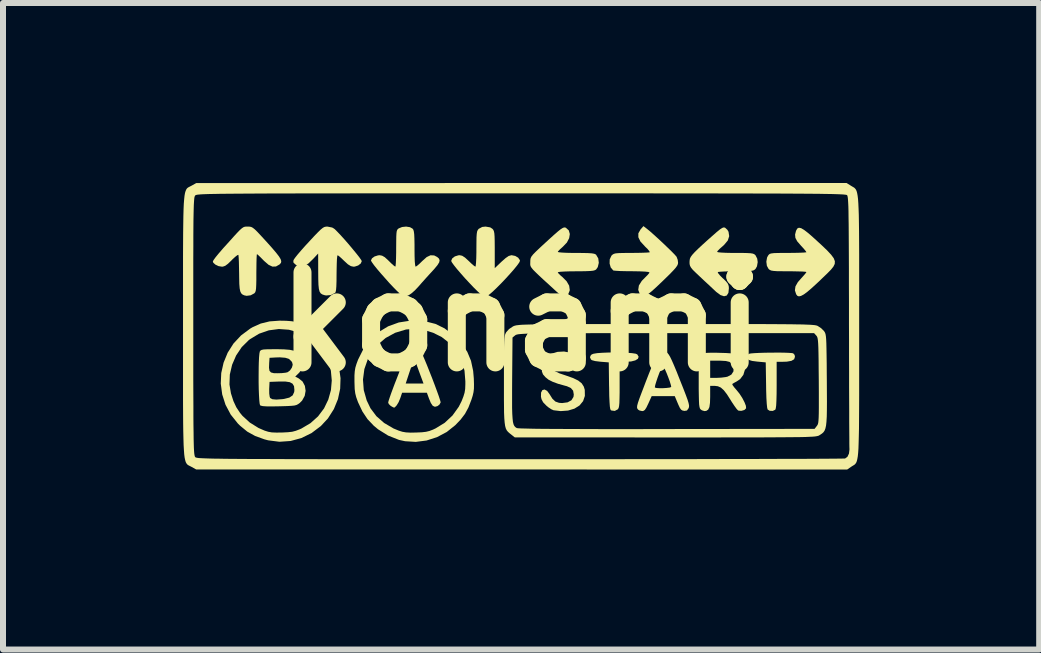
<source format=kicad_pcb>
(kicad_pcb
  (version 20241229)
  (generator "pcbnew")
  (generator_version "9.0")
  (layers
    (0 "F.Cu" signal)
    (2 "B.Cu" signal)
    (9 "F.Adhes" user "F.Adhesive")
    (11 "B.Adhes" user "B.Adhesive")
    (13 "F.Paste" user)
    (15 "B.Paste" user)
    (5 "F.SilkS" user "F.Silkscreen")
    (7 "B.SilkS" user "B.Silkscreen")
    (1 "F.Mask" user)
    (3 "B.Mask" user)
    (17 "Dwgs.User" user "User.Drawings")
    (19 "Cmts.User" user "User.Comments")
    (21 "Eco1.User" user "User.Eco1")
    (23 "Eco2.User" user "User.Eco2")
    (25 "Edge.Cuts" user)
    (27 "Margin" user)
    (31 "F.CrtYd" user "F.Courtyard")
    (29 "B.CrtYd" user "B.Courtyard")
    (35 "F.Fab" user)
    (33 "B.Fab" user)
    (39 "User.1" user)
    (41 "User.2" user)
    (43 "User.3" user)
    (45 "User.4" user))
  (footprint "konami"
    (layer "F.Cu")
    (at 5.634 2.311)
    (property "Reference" "konami" (at 0 0 0) (layer "F.SilkS") (effects (font (size 1.5 1.5) (thickness 0.3))))
    (attr board_only exclude_from_pos_files exclude_from_bom)
    (fp_poly (pts (xy 4.376 0.516) (xy 4.456 0.519) (xy 4.512 0.523) (xy 4.534 0.527) (xy 4.558 0.553) (xy 4.564 0.585) (xy 4.55 0.626) (xy 4.506 0.652) (xy 4.429 0.666) (xy 4.363 0.668) (xy 4.259 0.668) (xy 4.259 1.056) (xy 4.258 1.204) (xy 4.255 1.316) (xy 4.251 1.395) (xy 4.244 1.445) (xy 4.236 1.467) (xy 4.194 1.487) (xy 4.143 1.485) (xy 4.109 1.464) (xy 4.101 1.435) (xy 4.094 1.37) (xy 4.088 1.272) (xy 4.084 1.143) (xy 4.083 1.058) (xy 4.077 0.678) (xy 3.936 0.665) (xy 3.851 0.654) (xy 3.797 0.638) (xy 3.77 0.612) (xy 3.763 0.578) (xy 3.777 0.552) (xy 3.799 0.535) (xy 3.829 0.529) (xy 3.889 0.524) (xy 3.972 0.52) (xy 4.07 0.517) (xy 4.176 0.516) (xy 4.28 0.515)) (stroke (width 0) (type solid)) (fill yes) (layer "F.SilkS"))
    (fp_poly (pts (xy 1.665 0.514) (xy 1.764 0.518) (xy 1.847 0.524) (xy 1.908 0.533) (xy 1.936 0.545) (xy 1.959 0.584) (xy 1.947 0.618) (xy 1.903 0.645) (xy 1.833 0.663) (xy 1.746 0.668) (xy 1.642 0.668) (xy 1.642 1.049) (xy 1.642 1.182) (xy 1.64 1.283) (xy 1.638 1.355) (xy 1.633 1.405) (xy 1.626 1.436) (xy 1.616 1.455) (xy 1.612 1.46) (xy 1.562 1.487) (xy 1.506 1.48) (xy 1.495 1.474) (xy 1.486 1.456) (xy 1.479 1.413) (xy 1.474 1.341) (xy 1.469 1.238) (xy 1.467 1.1) (xy 1.466 1.069) (xy 1.461 0.678) (xy 1.321 0.667) (xy 1.233 0.656) (xy 1.179 0.641) (xy 1.164 0.629) (xy 1.148 0.593) (xy 1.159 0.564) (xy 1.176 0.546) (xy 1.207 0.534) (xy 1.268 0.524) (xy 1.353 0.518) (xy 1.452 0.514) (xy 1.559 0.512)) (stroke (width 0) (type solid)) (fill yes) (layer "F.SilkS"))
    (fp_poly (pts (xy -1.725 0.445) (xy -1.688 0.46) (xy -1.684 0.464) (xy -1.668 0.492) (xy -1.642 0.55) (xy -1.608 0.63) (xy -1.568 0.726) (xy -1.526 0.832) (xy -1.482 0.943) (xy -1.441 1.051) (xy -1.404 1.151) (xy -1.373 1.237) (xy -1.352 1.301) (xy -1.341 1.34) (xy -1.341 1.346) (xy -1.361 1.382) (xy -1.394 1.407) (xy -1.436 1.418) (xy -1.472 1.402) (xy -1.504 1.355) (xy -1.535 1.28) (xy -1.57 1.184) (xy -1.776 1.184) (xy -1.983 1.184) (xy -2.013 1.273) (xy -2.041 1.341) (xy -2.074 1.395) (xy -2.105 1.428) (xy -2.119 1.432) (xy -2.141 1.422) (xy -2.173 1.403) (xy -2.205 1.372) (xy -2.215 1.347) (xy -2.208 1.319) (xy -2.189 1.261) (xy -2.161 1.181) (xy -2.125 1.084) (xy -2.105 1.031) (xy -1.923 1.031) (xy -1.775 1.031) (xy -1.626 1.031) (xy -1.684 0.874) (xy -1.712 0.798) (xy -1.735 0.734) (xy -1.75 0.69) (xy -1.752 0.682) (xy -1.766 0.656) (xy -1.784 0.661) (xy -1.807 0.699) (xy -1.837 0.772) (xy -1.862 0.846) (xy -1.923 1.031) (xy -2.105 1.031) (xy -2.084 0.978) (xy -2.041 0.867) (xy -1.999 0.76) (xy -1.959 0.661) (xy -1.924 0.578) (xy -1.896 0.516) (xy -1.879 0.482) (xy -1.847 0.451) (xy -1.796 0.44) (xy -1.778 0.439)) (stroke (width 0) (type solid)) (fill yes) (layer "F.SilkS"))
    (fp_poly (pts (xy -3.147 -1.569) (xy -3.105 -1.542) (xy -3.062 -1.499) (xy -3.005 -1.439) (xy -2.94 -1.367) (xy -2.872 -1.289) (xy -2.806 -1.21) (xy -2.746 -1.137) (xy -2.698 -1.076) (xy -2.666 -1.031) (xy -2.655 -1.009) (xy -2.672 -0.97) (xy -2.715 -0.937) (xy -2.772 -0.918) (xy -2.795 -0.917) (xy -2.837 -0.926) (xy -2.886 -0.956) (xy -2.947 -1.012) (xy -2.996 -1.059) (xy -3.036 -1.094) (xy -3.058 -1.108) (xy -3.058 -1.108) (xy -3.064 -1.09) (xy -3.069 -1.04) (xy -3.072 -0.965) (xy -3.074 -0.871) (xy -3.075 -0.804) (xy -3.076 -0.679) (xy -3.079 -0.588) (xy -3.084 -0.527) (xy -3.092 -0.492) (xy -3.099 -0.481) (xy -3.17 -0.444) (xy -3.249 -0.437) (xy -3.275 -0.442) (xy -3.312 -0.454) (xy -3.339 -0.472) (xy -3.358 -0.501) (xy -3.37 -0.547) (xy -3.377 -0.614) (xy -3.38 -0.709) (xy -3.381 -0.83) (xy -3.382 -1.136) (xy -3.463 -1.049) (xy -3.543 -0.971) (xy -3.613 -0.928) (xy -3.676 -0.917) (xy -3.737 -0.937) (xy -3.761 -0.954) (xy -3.793 -0.984) (xy -3.796 -1.013) (xy -3.787 -1.036) (xy -3.767 -1.065) (xy -3.726 -1.117) (xy -3.668 -1.185) (xy -3.598 -1.264) (xy -3.533 -1.334) (xy -3.45 -1.424) (xy -3.387 -1.489) (xy -3.341 -1.534) (xy -3.307 -1.562) (xy -3.279 -1.578) (xy -3.253 -1.584) (xy -3.227 -1.585)) (stroke (width 0) (type solid)) (fill yes) (layer "F.SilkS"))
    (fp_poly (pts (xy -0.515 -1.572) (xy -0.477 -1.547) (xy -0.463 -1.53) (xy -0.453 -1.507) (xy -0.446 -1.473) (xy -0.442 -1.422) (xy -0.44 -1.347) (xy -0.439 -1.242) (xy -0.439 -1.2) (xy -0.439 -0.892) (xy -0.326 -1) (xy -0.258 -1.06) (xy -0.207 -1.095) (xy -0.165 -1.107) (xy -0.158 -1.108) (xy -0.098 -1.096) (xy -0.049 -1.067) (xy -0.021 -1.027) (xy -0.019 -1.013) (xy -0.032 -0.985) (xy -0.068 -0.935) (xy -0.121 -0.87) (xy -0.187 -0.795) (xy -0.26 -0.715) (xy -0.335 -0.636) (xy -0.408 -0.563) (xy -0.473 -0.501) (xy -0.525 -0.456) (xy -0.56 -0.433) (xy -0.563 -0.432) (xy -0.609 -0.432) (xy -0.652 -0.445) (xy -0.683 -0.467) (xy -0.732 -0.512) (xy -0.794 -0.574) (xy -0.863 -0.647) (xy -0.936 -0.725) (xy -1.006 -0.805) (xy -1.069 -0.878) (xy -1.12 -0.942) (xy -1.153 -0.988) (xy -1.165 -1.013) (xy -1.148 -1.054) (xy -1.104 -1.088) (xy -1.046 -1.106) (xy -1.024 -1.108) (xy -0.982 -1.099) (xy -0.934 -1.068) (xy -0.873 -1.012) (xy -0.824 -0.965) (xy -0.784 -0.931) (xy -0.762 -0.917) (xy -0.761 -0.917) (xy -0.756 -0.935) (xy -0.751 -0.984) (xy -0.747 -1.059) (xy -0.745 -1.153) (xy -0.745 -1.213) (xy -0.744 -1.326) (xy -0.743 -1.408) (xy -0.739 -1.465) (xy -0.733 -1.502) (xy -0.723 -1.526) (xy -0.709 -1.544) (xy -0.707 -1.547) (xy -0.648 -1.579) (xy -0.592 -1.585)) (stroke (width 0) (type solid)) (fill yes) (layer "F.SilkS"))
    (fp_poly (pts (xy 2.103 -1.543) (xy 2.152 -1.503) (xy 2.216 -1.446) (xy 2.289 -1.38) (xy 2.366 -1.308) (xy 2.44 -1.237) (xy 2.506 -1.173) (xy 2.557 -1.121) (xy 2.587 -1.087) (xy 2.592 -1.08) (xy 2.61 -1.031) (xy 2.616 -0.984) (xy 2.613 -0.96) (xy 2.601 -0.933) (xy 2.576 -0.898) (xy 2.535 -0.852) (xy 2.474 -0.789) (xy 2.389 -0.706) (xy 2.355 -0.673) (xy 2.253 -0.576) (xy 2.174 -0.505) (xy 2.114 -0.457) (xy 2.068 -0.43) (xy 2.034 -0.422) (xy 2.007 -0.431) (xy 1.983 -0.455) (xy 1.978 -0.463) (xy 1.952 -0.53) (xy 1.963 -0.603) (xy 2.011 -0.68) (xy 2.071 -0.741) (xy 2.111 -0.781) (xy 2.136 -0.812) (xy 2.139 -0.821) (xy 2.12 -0.829) (xy 2.065 -0.835) (xy 1.976 -0.839) (xy 1.855 -0.841) (xy 1.848 -0.841) (xy 1.745 -0.842) (xy 1.655 -0.844) (xy 1.586 -0.848) (xy 1.544 -0.852) (xy 1.535 -0.855) (xy 1.494 -0.903) (xy 1.475 -0.969) (xy 1.477 -1.039) (xy 1.505 -1.099) (xy 1.509 -1.104) (xy 1.527 -1.12) (xy 1.547 -1.131) (xy 1.578 -1.139) (xy 1.626 -1.143) (xy 1.696 -1.145) (xy 1.796 -1.146) (xy 1.84 -1.146) (xy 1.942 -1.147) (xy 2.03 -1.149) (xy 2.098 -1.152) (xy 2.137 -1.155) (xy 2.144 -1.158) (xy 2.137 -1.175) (xy 2.108 -1.211) (xy 2.062 -1.256) (xy 2.061 -1.258) (xy 1.989 -1.336) (xy 1.954 -1.407) (xy 1.954 -1.473) (xy 1.99 -1.536) (xy 1.991 -1.538) (xy 2.039 -1.593)) (stroke (width 0) (type solid)) (fill yes) (layer "F.SilkS"))
    (fp_poly (pts (xy 4.668 -1.558) (xy 4.721 -1.526) (xy 4.793 -1.47) (xy 4.887 -1.387) (xy 4.89 -1.384) (xy 5.009 -1.275) (xy 5.101 -1.187) (xy 5.167 -1.116) (xy 5.21 -1.058) (xy 5.229 -1.008) (xy 5.227 -0.963) (xy 5.204 -0.917) (xy 5.163 -0.866) (xy 5.104 -0.806) (xy 5.075 -0.778) (xy 4.952 -0.66) (xy 4.852 -0.568) (xy 4.773 -0.5) (xy 4.711 -0.454) (xy 4.664 -0.429) (xy 4.629 -0.422) (xy 4.603 -0.432) (xy 4.584 -0.457) (xy 4.584 -0.457) (xy 4.563 -0.522) (xy 4.572 -0.588) (xy 4.612 -0.659) (xy 4.66 -0.714) (xy 4.706 -0.765) (xy 4.74 -0.805) (xy 4.755 -0.827) (xy 4.755 -0.828) (xy 4.737 -0.832) (xy 4.688 -0.836) (xy 4.613 -0.838) (xy 4.519 -0.84) (xy 4.459 -0.84) (xy 4.346 -0.841) (xy 4.264 -0.842) (xy 4.208 -0.846) (xy 4.17 -0.852) (xy 4.146 -0.862) (xy 4.128 -0.876) (xy 4.125 -0.878) (xy 4.096 -0.931) (xy 4.087 -1) (xy 4.099 -1.069) (xy 4.117 -1.103) (xy 4.13 -1.119) (xy 4.146 -1.131) (xy 4.173 -1.138) (xy 4.216 -1.143) (xy 4.281 -1.145) (xy 4.374 -1.146) (xy 4.451 -1.146) (xy 4.554 -1.147) (xy 4.642 -1.149) (xy 4.709 -1.152) (xy 4.748 -1.156) (xy 4.755 -1.158) (xy 4.743 -1.177) (xy 4.711 -1.216) (xy 4.665 -1.266) (xy 4.66 -1.272) (xy 4.601 -1.34) (xy 4.571 -1.397) (xy 4.566 -1.452) (xy 4.582 -1.516) (xy 4.583 -1.517) (xy 4.602 -1.552) (xy 4.63 -1.566)) (stroke (width 0) (type solid)) (fill yes) (layer "F.SilkS"))
    (fp_poly (pts (xy 0.821 0.517) (xy 0.911 0.56) (xy 0.981 0.625) (xy 1.014 0.684) (xy 1.019 0.741) (xy 0.995 0.789) (xy 0.964 0.809) (xy 0.948 0.812) (xy 0.93 0.806) (xy 0.904 0.785) (xy 0.866 0.744) (xy 0.809 0.68) (xy 0.803 0.673) (xy 0.749 0.638) (xy 0.68 0.627) (xy 0.609 0.639) (xy 0.547 0.67) (xy 0.515 0.708) (xy 0.503 0.751) (xy 0.518 0.789) (xy 0.563 0.825) (xy 0.64 0.861) (xy 0.747 0.897) (xy 0.866 0.939) (xy 0.952 0.981) (xy 1.01 1.027) (xy 1.045 1.082) (xy 1.061 1.135) (xy 1.063 1.237) (xy 1.033 1.324) (xy 0.974 1.396) (xy 0.889 1.449) (xy 0.783 1.481) (xy 0.66 1.49) (xy 0.541 1.476) (xy 0.503 1.459) (xy 0.452 1.425) (xy 0.42 1.398) (xy 0.367 1.343) (xy 0.34 1.291) (xy 0.331 1.25) (xy 0.333 1.181) (xy 0.355 1.14) (xy 0.391 1.13) (xy 0.434 1.153) (xy 0.473 1.206) (xy 0.522 1.284) (xy 0.572 1.331) (xy 0.632 1.352) (xy 0.684 1.356) (xy 0.775 1.344) (xy 0.839 1.309) (xy 0.873 1.253) (xy 0.878 1.213) (xy 0.867 1.15) (xy 0.83 1.106) (xy 0.763 1.075) (xy 0.739 1.069) (xy 0.617 1.035) (xy 0.525 1.001) (xy 0.458 0.967) (xy 0.408 0.927) (xy 0.406 0.925) (xy 0.365 0.878) (xy 0.347 0.831) (xy 0.344 0.774) (xy 0.357 0.677) (xy 0.399 0.604) (xy 0.472 0.548) (xy 0.496 0.537) (xy 0.606 0.503) (xy 0.716 0.497)) (stroke (width 0) (type solid)) (fill yes) (layer "F.SilkS"))
    (fp_poly (pts (xy 0.747 -1.565) (xy 0.795 -1.521) (xy 0.812 -1.461) (xy 0.801 -1.392) (xy 0.763 -1.319) (xy 0.698 -1.251) (xy 0.696 -1.249) (xy 0.65 -1.208) (xy 0.619 -1.176) (xy 0.611 -1.163) (xy 0.629 -1.157) (xy 0.679 -1.152) (xy 0.754 -1.148) (xy 0.848 -1.146) (xy 0.915 -1.146) (xy 1.034 -1.145) (xy 1.12 -1.143) (xy 1.18 -1.139) (xy 1.219 -1.132) (xy 1.242 -1.122) (xy 1.25 -1.116) (xy 1.286 -1.055) (xy 1.295 -0.981) (xy 1.278 -0.91) (xy 1.25 -0.87) (xy 1.232 -0.859) (xy 1.201 -0.85) (xy 1.153 -0.845) (xy 1.081 -0.842) (xy 0.979 -0.84) (xy 0.915 -0.84) (xy 0.809 -0.839) (xy 0.72 -0.836) (xy 0.654 -0.832) (xy 0.617 -0.826) (xy 0.611 -0.823) (xy 0.625 -0.802) (xy 0.66 -0.768) (xy 0.69 -0.743) (xy 0.759 -0.673) (xy 0.801 -0.6) (xy 0.811 -0.529) (xy 0.808 -0.514) (xy 0.782 -0.451) (xy 0.743 -0.423) (xy 0.69 -0.43) (xy 0.623 -0.473) (xy 0.594 -0.498) (xy 0.471 -0.611) (xy 0.373 -0.7) (xy 0.298 -0.77) (xy 0.242 -0.824) (xy 0.202 -0.864) (xy 0.176 -0.895) (xy 0.161 -0.919) (xy 0.154 -0.939) (xy 0.152 -0.958) (xy 0.153 -0.981) (xy 0.153 -0.993) (xy 0.154 -1.029) (xy 0.159 -1.058) (xy 0.173 -1.087) (xy 0.2 -1.121) (xy 0.244 -1.166) (xy 0.309 -1.228) (xy 0.352 -1.268) (xy 0.461 -1.368) (xy 0.545 -1.444) (xy 0.609 -1.5) (xy 0.656 -1.538) (xy 0.69 -1.56) (xy 0.714 -1.57) (xy 0.733 -1.57)) (stroke (width 0) (type solid)) (fill yes) (layer "F.SilkS"))
    (fp_poly (pts (xy -1.852 -1.575) (xy -1.808 -1.55) (xy -1.795 -1.531) (xy -1.787 -1.501) (xy -1.781 -1.455) (xy -1.778 -1.386) (xy -1.776 -1.289) (xy -1.776 -1.216) (xy -1.775 -1.096) (xy -1.772 -1.005) (xy -1.766 -0.944) (xy -1.759 -0.918) (xy -1.757 -0.917) (xy -1.735 -0.93) (xy -1.696 -0.963) (xy -1.647 -1.011) (xy -1.646 -1.012) (xy -1.573 -1.077) (xy -1.509 -1.107) (xy -1.448 -1.104) (xy -1.398 -1.078) (xy -1.369 -1.052) (xy -1.358 -1.024) (xy -1.365 -0.989) (xy -1.394 -0.942) (xy -1.447 -0.878) (xy -1.525 -0.793) (xy -1.584 -0.728) (xy -1.653 -0.651) (xy -1.716 -0.579) (xy -1.772 -0.52) (xy -1.827 -0.472) (xy -1.87 -0.443) (xy -1.876 -0.44) (xy -1.917 -0.427) (xy -1.936 -0.421) (xy -1.936 -0.421) (xy -1.953 -0.428) (xy -1.991 -0.445) (xy -2.019 -0.466) (xy -2.066 -0.51) (xy -2.126 -0.571) (xy -2.195 -0.644) (xy -2.266 -0.724) (xy -2.336 -0.803) (xy -2.4 -0.878) (xy -2.452 -0.943) (xy -2.487 -0.992) (xy -2.502 -1.019) (xy -2.502 -1.02) (xy -2.485 -1.056) (xy -2.442 -1.087) (xy -2.385 -1.105) (xy -2.357 -1.108) (xy -2.316 -1.1) (xy -2.272 -1.075) (xy -2.218 -1.026) (xy -2.204 -1.012) (xy -2.156 -0.965) (xy -2.117 -0.931) (xy -2.096 -0.917) (xy -2.096 -0.917) (xy -2.091 -0.935) (xy -2.087 -0.985) (xy -2.084 -1.06) (xy -2.082 -1.154) (xy -2.082 -1.221) (xy -2.081 -1.336) (xy -2.08 -1.418) (xy -2.077 -1.474) (xy -2.072 -1.51) (xy -2.063 -1.533) (xy -2.05 -1.547) (xy -2.039 -1.555) (xy -1.983 -1.578) (xy -1.916 -1.585)) (stroke (width 0) (type solid)) (fill yes) (layer "F.SilkS"))
    (fp_poly (pts (xy 2.393 0.498) (xy 2.415 0.504) (xy 2.436 0.518) (xy 2.458 0.544) (xy 2.483 0.585) (xy 2.512 0.645) (xy 2.548 0.727) (xy 2.593 0.835) (xy 2.647 0.972) (xy 2.703 1.112) (xy 2.745 1.221) (xy 2.774 1.3) (xy 2.791 1.356) (xy 2.799 1.395) (xy 2.798 1.422) (xy 2.791 1.443) (xy 2.764 1.48) (xy 2.723 1.487) (xy 2.718 1.486) (xy 2.689 1.48) (xy 2.667 1.466) (xy 2.646 1.437) (xy 2.621 1.384) (xy 2.599 1.332) (xy 2.561 1.241) (xy 2.368 1.241) (xy 2.176 1.241) (xy 2.12 1.365) (xy 2.087 1.433) (xy 2.062 1.471) (xy 2.037 1.487) (xy 2.019 1.49) (xy 1.974 1.48) (xy 1.952 1.467) (xy 1.938 1.45) (xy 1.932 1.429) (xy 1.935 1.397) (xy 1.948 1.349) (xy 1.973 1.277) (xy 2.006 1.189) (xy 2.044 1.09) (xy 2.229 1.09) (xy 2.23 1.097) (xy 2.256 1.105) (xy 2.305 1.108) (xy 2.365 1.108) (xy 2.426 1.104) (xy 2.475 1.098) (xy 2.5 1.089) (xy 2.502 1.086) (xy 2.495 1.053) (xy 2.479 0.999) (xy 2.455 0.933) (xy 2.428 0.864) (xy 2.401 0.802) (xy 2.379 0.754) (xy 2.364 0.732) (xy 2.362 0.731) (xy 2.348 0.75) (xy 2.327 0.796) (xy 2.302 0.859) (xy 2.276 0.929) (xy 2.253 0.998) (xy 2.236 1.054) (xy 2.229 1.09) (xy 2.044 1.09) (xy 2.073 1.013) (xy 2.129 0.869) (xy 2.175 0.754) (xy 2.213 0.666) (xy 2.245 0.6) (xy 2.272 0.554) (xy 2.297 0.523) (xy 2.321 0.506) (xy 2.346 0.498) (xy 2.368 0.497)) (stroke (width 0) (type solid)) (fill yes) (layer "F.SilkS"))
    (fp_poly (pts (xy 3.396 -1.568) (xy 3.401 -1.565) (xy 3.438 -1.531) (xy 3.457 -1.498) (xy 3.468 -1.425) (xy 3.445 -1.354) (xy 3.385 -1.282) (xy 3.359 -1.258) (xy 3.31 -1.215) (xy 3.277 -1.181) (xy 3.266 -1.163) (xy 3.284 -1.157) (xy 3.334 -1.152) (xy 3.41 -1.148) (xy 3.505 -1.146) (xy 3.568 -1.146) (xy 3.683 -1.146) (xy 3.765 -1.144) (xy 3.822 -1.141) (xy 3.86 -1.135) (xy 3.884 -1.126) (xy 3.901 -1.112) (xy 3.907 -1.106) (xy 3.935 -1.051) (xy 3.943 -0.993) (xy 3.931 -0.923) (xy 3.907 -0.88) (xy 3.89 -0.865) (xy 3.869 -0.854) (xy 3.837 -0.847) (xy 3.787 -0.843) (xy 3.713 -0.841) (xy 3.609 -0.84) (xy 3.581 -0.84) (xy 3.479 -0.839) (xy 3.391 -0.837) (xy 3.324 -0.833) (xy 3.285 -0.829) (xy 3.277 -0.827) (xy 3.284 -0.808) (xy 3.313 -0.772) (xy 3.358 -0.726) (xy 3.363 -0.723) (xy 3.416 -0.671) (xy 3.447 -0.631) (xy 3.46 -0.594) (xy 3.463 -0.558) (xy 3.455 -0.481) (xy 3.427 -0.436) (xy 3.382 -0.424) (xy 3.322 -0.444) (xy 3.25 -0.498) (xy 3.246 -0.502) (xy 3.197 -0.548) (xy 3.13 -0.611) (xy 3.053 -0.682) (xy 2.984 -0.747) (xy 2.911 -0.816) (xy 2.861 -0.865) (xy 2.831 -0.902) (xy 2.815 -0.932) (xy 2.808 -0.962) (xy 2.807 -0.994) (xy 2.809 -1.024) (xy 2.814 -1.052) (xy 2.828 -1.081) (xy 2.853 -1.115) (xy 2.892 -1.158) (xy 2.948 -1.213) (xy 3.025 -1.285) (xy 3.126 -1.376) (xy 3.185 -1.428) (xy 3.26 -1.494) (xy 3.314 -1.538) (xy 3.35 -1.562) (xy 3.376 -1.571)) (stroke (width 0) (type solid)) (fill yes) (layer "F.SilkS"))
    (fp_poly (pts (xy -4.524 -1.584) (xy -4.498 -1.579) (xy -4.471 -1.565) (xy -4.438 -1.539) (xy -4.395 -1.497) (xy -4.337 -1.435) (xy -4.258 -1.349) (xy -4.246 -1.336) (xy -4.152 -1.231) (xy -4.083 -1.15) (xy -4.035 -1.088) (xy -4.007 -1.042) (xy -3.997 -1.008) (xy -4.001 -0.982) (xy -4.019 -0.96) (xy -4.027 -0.953) (xy -4.085 -0.92) (xy -4.144 -0.918) (xy -4.208 -0.948) (xy -4.282 -1.012) (xy -4.292 -1.022) (xy -4.341 -1.072) (xy -4.38 -1.109) (xy -4.401 -1.126) (xy -4.402 -1.127) (xy -4.405 -1.109) (xy -4.408 -1.059) (xy -4.41 -0.983) (xy -4.411 -0.889) (xy -4.412 -0.815) (xy -4.412 -0.697) (xy -4.414 -0.611) (xy -4.417 -0.552) (xy -4.423 -0.513) (xy -4.432 -0.489) (xy -4.445 -0.474) (xy -4.445 -0.473) (xy -4.506 -0.44) (xy -4.574 -0.431) (xy -4.613 -0.439) (xy -4.643 -0.453) (xy -4.665 -0.474) (xy -4.68 -0.506) (xy -4.69 -0.555) (xy -4.696 -0.628) (xy -4.698 -0.73) (xy -4.699 -0.803) (xy -4.701 -0.906) (xy -4.703 -0.995) (xy -4.706 -1.064) (xy -4.71 -1.106) (xy -4.711 -1.114) (xy -4.728 -1.109) (xy -4.764 -1.081) (xy -4.812 -1.037) (xy -4.825 -1.023) (xy -4.885 -0.965) (xy -4.931 -0.931) (xy -4.969 -0.918) (xy -4.986 -0.917) (xy -5.042 -0.926) (xy -5.094 -0.951) (xy -5.129 -0.982) (xy -5.137 -1.004) (xy -5.125 -1.027) (xy -5.092 -1.073) (xy -5.042 -1.134) (xy -4.98 -1.206) (xy -4.962 -1.227) (xy -4.863 -1.336) (xy -4.787 -1.421) (xy -4.729 -1.484) (xy -4.685 -1.529) (xy -4.652 -1.558) (xy -4.626 -1.575) (xy -4.603 -1.583) (xy -4.58 -1.585) (xy -4.554 -1.585)) (stroke (width 0) (type solid)) (fill yes) (layer "F.SilkS"))
    (fp_poly (pts (xy -3.915 -0.015) (xy -3.824 -0.008) (xy -3.754 0.004) (xy -3.69 0.024) (xy -3.615 0.058) (xy -3.582 0.074) (xy -3.417 0.175) (xy -3.279 0.299) (xy -3.168 0.442) (xy -3.086 0.6) (xy -3.033 0.768) (xy -3.009 0.941) (xy -3.015 1.117) (xy -3.052 1.29) (xy -3.12 1.456) (xy -3.219 1.612) (xy -3.337 1.739) (xy -3.492 1.856) (xy -3.661 1.939) (xy -3.841 1.988) (xy -4.027 2.001) (xy -4.215 1.977) (xy -4.279 1.96) (xy -4.433 1.904) (xy -4.563 1.832) (xy -4.681 1.735) (xy -4.719 1.698) (xy -4.839 1.548) (xy -4.926 1.384) (xy -4.981 1.212) (xy -5.003 1.046) (xy -4.86 1.046) (xy -4.835 1.195) (xy -4.794 1.323) (xy -4.746 1.426) (xy -4.685 1.518) (xy -4.643 1.569) (xy -4.522 1.68) (xy -4.376 1.771) (xy -4.275 1.815) (xy -4.215 1.834) (xy -4.154 1.845) (xy -4.078 1.848) (xy -3.982 1.847) (xy -3.886 1.842) (xy -3.814 1.834) (xy -3.754 1.818) (xy -3.691 1.794) (xy -3.662 1.781) (xy -3.51 1.691) (xy -3.384 1.578) (xy -3.284 1.445) (xy -3.213 1.298) (xy -3.169 1.141) (xy -3.155 0.98) (xy -3.17 0.817) (xy -3.217 0.659) (xy -3.295 0.51) (xy -3.405 0.375) (xy -3.412 0.368) (xy -3.552 0.257) (xy -3.706 0.179) (xy -3.869 0.134) (xy -4.037 0.122) (xy -4.204 0.144) (xy -4.366 0.2) (xy -4.517 0.291) (xy -4.538 0.307) (xy -4.656 0.424) (xy -4.749 0.563) (xy -4.816 0.718) (xy -4.854 0.881) (xy -4.86 1.046) (xy -5.003 1.046) (xy -5.005 1.034) (xy -4.997 0.856) (xy -4.958 0.683) (xy -4.89 0.517) (xy -4.793 0.364) (xy -4.667 0.229) (xy -4.514 0.115) (xy -4.475 0.092) (xy -4.339 0.031) (xy -4.192 -0.005) (xy -4.026 -0.017)) (stroke (width 0) (type solid)) (fill yes) (layer "F.SilkS"))
    (fp_poly (pts (xy 3.306 0.519) (xy 3.414 0.522) (xy 3.492 0.527) (xy 3.546 0.534) (xy 3.583 0.543) (xy 3.611 0.557) (xy 3.623 0.565) (xy 3.689 0.635) (xy 3.725 0.717) (xy 3.729 0.803) (xy 3.704 0.886) (xy 3.65 0.957) (xy 3.592 0.996) (xy 3.548 1.02) (xy 3.521 1.037) (xy 3.519 1.039) (xy 3.525 1.057) (xy 3.552 1.094) (xy 3.589 1.137) (xy 3.64 1.2) (xy 3.686 1.271) (xy 3.723 1.342) (xy 3.746 1.401) (xy 3.75 1.442) (xy 3.749 1.444) (xy 3.722 1.471) (xy 3.675 1.485) (xy 3.629 1.484) (xy 3.614 1.477) (xy 3.592 1.454) (xy 3.557 1.406) (xy 3.514 1.342) (xy 3.493 1.308) (xy 3.43 1.209) (xy 3.377 1.141) (xy 3.329 1.098) (xy 3.28 1.076) (xy 3.226 1.069) (xy 3.151 1.069) (xy 3.151 1.25) (xy 3.148 1.352) (xy 3.138 1.423) (xy 3.118 1.465) (xy 3.087 1.486) (xy 3.056 1.49) (xy 3.014 1.477) (xy 2.99 1.46) (xy 2.98 1.445) (xy 2.973 1.42) (xy 2.967 1.38) (xy 2.964 1.32) (xy 2.962 1.236) (xy 2.96 1.122) (xy 2.96 0.992) (xy 2.96 0.852) (xy 2.961 0.793) (xy 3.151 0.793) (xy 3.151 0.936) (xy 3.261 0.936) (xy 3.337 0.932) (xy 3.408 0.923) (xy 3.44 0.916) (xy 3.504 0.882) (xy 3.539 0.828) (xy 3.541 0.762) (xy 3.535 0.74) (xy 3.511 0.698) (xy 3.473 0.67) (xy 3.413 0.655) (xy 3.325 0.65) (xy 3.296 0.649) (xy 3.151 0.649) (xy 3.151 0.793) (xy 2.961 0.793) (xy 2.961 0.746) (xy 2.962 0.667) (xy 2.965 0.613) (xy 2.97 0.577) (xy 2.977 0.555) (xy 2.987 0.542) (xy 3 0.534) (xy 3.001 0.533) (xy 3.043 0.523) (xy 3.123 0.518) (xy 3.24 0.517)) (stroke (width 0) (type solid)) (fill yes) (layer "F.SilkS"))
    (fp_poly (pts (xy -3.951 0.461) (xy -3.853 0.469) (xy -3.78 0.485) (xy -3.727 0.511) (xy -3.688 0.548) (xy -3.659 0.593) (xy -3.634 0.678) (xy -3.645 0.763) (xy -3.691 0.842) (xy -3.706 0.858) (xy -3.764 0.915) (xy -3.706 0.945) (xy -3.641 0.998) (xy -3.603 1.07) (xy -3.591 1.152) (xy -3.606 1.236) (xy -3.649 1.314) (xy -3.691 1.356) (xy -3.716 1.374) (xy -3.743 1.388) (xy -3.777 1.397) (xy -3.826 1.402) (xy -3.897 1.406) (xy -3.997 1.409) (xy -4.038 1.41) (xy -4.159 1.412) (xy -4.246 1.411) (xy -4.304 1.407) (xy -4.338 1.399) (xy -4.35 1.392) (xy -4.357 1.365) (xy -4.363 1.308) (xy -4.368 1.225) (xy -4.372 1.125) (xy -4.372 1.124) (xy -4.198 1.124) (xy -4.197 1.2) (xy -4.189 1.254) (xy -4.181 1.272) (xy -4.145 1.292) (xy -4.079 1.298) (xy -3.98 1.291) (xy -3.95 1.287) (xy -3.862 1.265) (xy -3.807 1.228) (xy -3.781 1.171) (xy -3.778 1.136) (xy -3.784 1.075) (xy -3.809 1.033) (xy -3.855 1.008) (xy -3.929 0.997) (xy -4.028 0.997) (xy -4.192 1.003) (xy -4.198 1.124) (xy -4.372 1.124) (xy -4.374 1.014) (xy -4.374 0.898) (xy -4.373 0.786) (xy -4.373 0.768) (xy -4.201 0.768) (xy -4.193 0.819) (xy -4.168 0.846) (xy -4.12 0.858) (xy -4.059 0.859) (xy -3.987 0.857) (xy -3.924 0.85) (xy -3.891 0.842) (xy -3.851 0.812) (xy -3.82 0.766) (xy -3.82 0.766) (xy -3.806 0.719) (xy -3.814 0.682) (xy -3.827 0.66) (xy -3.867 0.622) (xy -3.93 0.601) (xy -4.022 0.594) (xy -4.087 0.596) (xy -4.192 0.602) (xy -4.198 0.686) (xy -4.201 0.768) (xy -4.373 0.768) (xy -4.371 0.682) (xy -4.367 0.595) (xy -4.361 0.531) (xy -4.354 0.496) (xy -4.354 0.495) (xy -4.342 0.48) (xy -4.324 0.47) (xy -4.291 0.463) (xy -4.237 0.46) (xy -4.156 0.459) (xy -4.081 0.458)) (stroke (width 0) (type solid)) (fill yes) (layer "F.SilkS"))
    (fp_poly (pts (xy -1.592 -0.005) (xy -1.427 0.037) (xy -1.276 0.111) (xy -1.132 0.22) (xy -1.113 0.237) (xy -0.988 0.367) (xy -0.897 0.502) (xy -0.835 0.651) (xy -0.799 0.819) (xy -0.788 0.945) (xy -0.785 1.043) (xy -0.786 1.116) (xy -0.793 1.175) (xy -0.807 1.235) (xy -0.829 1.304) (xy -0.878 1.43) (xy -0.935 1.536) (xy -1.009 1.633) (xy -1.096 1.724) (xy -1.239 1.838) (xy -1.401 1.924) (xy -1.575 1.98) (xy -1.755 2.003) (xy -1.933 1.992) (xy -2.034 1.97) (xy -2.216 1.898) (xy -2.384 1.793) (xy -2.456 1.733) (xy -2.56 1.623) (xy -2.644 1.497) (xy -2.716 1.345) (xy -2.723 1.327) (xy -2.748 1.257) (xy -2.764 1.193) (xy -2.773 1.122) (xy -2.776 1.031) (xy -2.777 0.993) (xy -2.777 0.964) (xy -2.635 0.964) (xy -2.622 1.14) (xy -2.573 1.312) (xy -2.51 1.443) (xy -2.411 1.575) (xy -2.282 1.688) (xy -2.127 1.779) (xy -2.04 1.815) (xy -1.98 1.834) (xy -1.917 1.845) (xy -1.84 1.849) (xy -1.747 1.847) (xy -1.654 1.843) (xy -1.585 1.835) (xy -1.527 1.821) (xy -1.467 1.798) (xy -1.423 1.777) (xy -1.273 1.685) (xy -1.143 1.563) (xy -1.039 1.418) (xy -0.991 1.323) (xy -0.961 1.246) (xy -0.942 1.184) (xy -0.932 1.122) (xy -0.929 1.044) (xy -0.929 0.993) (xy -0.943 0.817) (xy -0.986 0.661) (xy -1.061 0.519) (xy -1.171 0.383) (xy -1.206 0.347) (xy -1.324 0.255) (xy -1.465 0.185) (xy -1.618 0.138) (xy -1.773 0.119) (xy -1.919 0.13) (xy -1.921 0.131) (xy -2.099 0.185) (xy -2.257 0.271) (xy -2.393 0.387) (xy -2.503 0.53) (xy -2.553 0.621) (xy -2.612 0.79) (xy -2.635 0.964) (xy -2.777 0.964) (xy -2.777 0.897) (xy -2.772 0.826) (xy -2.762 0.766) (xy -2.743 0.703) (xy -2.717 0.633) (xy -2.627 0.453) (xy -2.512 0.298) (xy -2.374 0.173) (xy -2.215 0.077) (xy -2.039 0.013) (xy -1.847 -0.017) (xy -1.777 -0.019)) (stroke (width 0) (type solid)) (fill yes) (layer "F.SilkS"))
    (fp_poly (pts (xy 3.096 0.039) (xy 3.384 0.039) (xy 3.639 0.039) (xy 3.864 0.039) (xy 4.061 0.04) (xy 4.232 0.041) (xy 4.378 0.042) (xy 4.502 0.043) (xy 4.606 0.045) (xy 4.691 0.046) (xy 4.76 0.049) (xy 4.815 0.051) (xy 4.857 0.054) (xy 4.889 0.057) (xy 4.912 0.061) (xy 4.929 0.065) (xy 4.941 0.07) (xy 4.945 0.072) (xy 5.001 0.109) (xy 5.048 0.156) (xy 5.05 0.159) (xy 5.06 0.174) (xy 5.068 0.191) (xy 5.075 0.215) (xy 5.08 0.248) (xy 5.084 0.295) (xy 5.087 0.36) (xy 5.089 0.446) (xy 5.091 0.557) (xy 5.093 0.697) (xy 5.094 0.87) (xy 5.095 0.966) (xy 5.096 1.168) (xy 5.097 1.335) (xy 5.096 1.472) (xy 5.094 1.581) (xy 5.089 1.666) (xy 5.082 1.731) (xy 5.071 1.78) (xy 5.057 1.816) (xy 5.039 1.842) (xy 5.016 1.863) (xy 4.988 1.882) (xy 4.975 1.89) (xy 4.966 1.896) (xy 4.955 1.901) (xy 4.941 1.905) (xy 4.921 1.909) (xy 4.894 1.913) (xy 4.858 1.916) (xy 4.81 1.918) (xy 4.749 1.921) (xy 4.673 1.923) (xy 4.579 1.924) (xy 4.467 1.925) (xy 4.333 1.926) (xy 4.176 1.927) (xy 3.994 1.928) (xy 3.785 1.928) (xy 3.547 1.928) (xy 3.278 1.929) (xy 2.976 1.929) (xy 2.639 1.929) (xy 2.404 1.929) (xy -0.105 1.928) (xy -0.167 1.879) (xy -0.196 1.856) (xy -0.22 1.834) (xy -0.24 1.809) (xy -0.255 1.778) (xy -0.266 1.737) (xy -0.274 1.681) (xy -0.28 1.608) (xy -0.284 1.513) (xy -0.285 1.393) (xy -0.286 1.308) (xy -0.15 1.308) (xy -0.15 1.436) (xy -0.147 1.536) (xy -0.142 1.613) (xy -0.136 1.669) (xy -0.126 1.71) (xy -0.113 1.737) (xy -0.097 1.756) (xy -0.078 1.769) (xy -0.07 1.773) (xy -0.048 1.776) (xy 0.006 1.779) (xy 0.092 1.781) (xy 0.21 1.784) (xy 0.362 1.786) (xy 0.547 1.787) (xy 0.766 1.788) (xy 1.021 1.789) (xy 1.311 1.79) (xy 1.638 1.79) (xy 2.001 1.79) (xy 2.402 1.789) (xy 2.431 1.789) (xy 4.891 1.786) (xy 4.928 1.738) (xy 4.938 1.724) (xy 4.946 1.707) (xy 4.952 1.683) (xy 4.956 1.647) (xy 4.959 1.598) (xy 4.961 1.529) (xy 4.962 1.438) (xy 4.962 1.32) (xy 4.962 1.172) (xy 4.961 0.99) (xy 4.961 0.981) (xy 4.959 0.797) (xy 4.958 0.647) (xy 4.956 0.528) (xy 4.954 0.436) (xy 4.951 0.367) (xy 4.947 0.316) (xy 4.942 0.281) (xy 4.936 0.258) (xy 4.928 0.242) (xy 4.919 0.231) (xy 4.883 0.191) (xy 2.415 0.191) (xy 2.058 0.191) (xy 1.736 0.191) (xy 1.449 0.191) (xy 1.194 0.191) (xy 0.97 0.192) (xy 0.774 0.192) (xy 0.604 0.193) (xy 0.459 0.194) (xy 0.336 0.195) (xy 0.233 0.197) (xy 0.149 0.198) (xy 0.081 0.2) (xy 0.028 0.203) (xy -0.013 0.206) (xy -0.043 0.209) (xy -0.064 0.213) (xy -0.079 0.217) (xy -0.09 0.221) (xy -0.097 0.227) (xy -0.098 0.227) (xy -0.143 0.264) (xy -0.149 0.957) (xy -0.15 1.15) (xy -0.15 1.308) (xy -0.286 1.308) (xy -0.286 1.243) (xy -0.286 1.061) (xy -0.286 0.98) (xy -0.286 0.792) (xy -0.286 0.638) (xy -0.285 0.514) (xy -0.284 0.418) (xy -0.281 0.344) (xy -0.278 0.289) (xy -0.273 0.249) (xy -0.268 0.22) (xy -0.26 0.199) (xy -0.251 0.181) (xy -0.248 0.176) (xy -0.201 0.123) (xy -0.137 0.08) (xy -0.129 0.076) (xy -0.116 0.07) (xy -0.101 0.066) (xy -0.083 0.061) (xy -0.058 0.058) (xy -0.025 0.054) (xy 0.018 0.051) (xy 0.072 0.049) (xy 0.141 0.047) (xy 0.226 0.045) (xy 0.329 0.043) (xy 0.452 0.042) (xy 0.597 0.041) (xy 0.766 0.04) (xy 0.961 0.04) (xy 1.184 0.039) (xy 1.437 0.039) (xy 1.722 0.039) (xy 2.042 0.039) (xy 2.397 0.039) (xy 2.416 0.039) (xy 2.774 0.039)) (stroke (width 0) (type solid)) (fill yes) (layer "F.SilkS"))
    (fp_poly (pts (xy 5.498 -2.265) (xy 5.518 -2.253) (xy 5.537 -2.242) (xy 5.553 -2.232) (xy 5.567 -2.218) (xy 5.58 -2.201) (xy 5.591 -2.177) (xy 5.6 -2.144) (xy 5.608 -2.101) (xy 5.615 -2.044) (xy 5.62 -1.973) (xy 5.624 -1.885) (xy 5.628 -1.778) (xy 5.63 -1.649) (xy 5.632 -1.498) (xy 5.633 -1.321) (xy 5.634 -1.117) (xy 5.634 -0.883) (xy 5.634 -0.618) (xy 5.634 -0.319) (xy 5.634 0.016) (xy 5.634 0.085) (xy 5.634 0.425) (xy 5.634 0.729) (xy 5.634 0.999) (xy 5.634 1.237) (xy 5.633 1.445) (xy 5.632 1.626) (xy 5.631 1.781) (xy 5.628 1.912) (xy 5.625 2.022) (xy 5.622 2.113) (xy 5.617 2.186) (xy 5.611 2.244) (xy 5.603 2.289) (xy 5.595 2.323) (xy 5.585 2.348) (xy 5.573 2.366) (xy 5.56 2.38) (xy 5.544 2.391) (xy 5.527 2.401) (xy 5.508 2.413) (xy 5.505 2.415) (xy 5.434 2.464) (xy 0.01 2.463) (xy -5.414 2.463) (xy -5.491 2.42) (xy -5.512 2.409) (xy -5.532 2.399) (xy -5.549 2.39) (xy -5.564 2.378) (xy -5.577 2.361) (xy -5.589 2.338) (xy -5.598 2.307) (xy -5.607 2.265) (xy -5.614 2.21) (xy -5.619 2.14) (xy -5.624 2.054) (xy -5.627 1.948) (xy -5.63 1.822) (xy -5.632 1.672) (xy -5.633 1.497) (xy -5.634 1.295) (xy -5.634 1.064) (xy -5.634 0.801) (xy -5.634 0.505) (xy -5.634 0.173) (xy -5.634 0.076) (xy -5.634 -0.26) (xy -5.463 -0.26) (xy -5.463 0.073) (xy -5.463 0.077) (xy -5.463 0.41) (xy -5.463 0.708) (xy -5.463 0.971) (xy -5.462 1.202) (xy -5.461 1.404) (xy -5.461 1.577) (xy -5.46 1.725) (xy -5.458 1.85) (xy -5.457 1.953) (xy -5.455 2.037) (xy -5.453 2.103) (xy -5.45 2.155) (xy -5.447 2.193) (xy -5.443 2.22) (xy -5.439 2.239) (xy -5.435 2.25) (xy -5.431 2.256) (xy -5.427 2.26) (xy -5.42 2.263) (xy -5.41 2.266) (xy -5.395 2.269) (xy -5.373 2.272) (xy -5.344 2.274) (xy -5.305 2.276) (xy -5.256 2.278) (xy -5.196 2.28) (xy -5.123 2.282) (xy -5.035 2.283) (xy -4.932 2.285) (xy -4.812 2.286) (xy -4.673 2.287) (xy -4.515 2.288) (xy -4.336 2.288) (xy -4.135 2.289) (xy -3.91 2.29) (xy -3.661 2.29) (xy -3.385 2.291) (xy -3.082 2.291) (xy -2.75 2.291) (xy -2.387 2.291) (xy -1.994 2.291) (xy -1.567 2.291) (xy -1.107 2.291) (xy -0.611 2.291) (xy -0.078 2.291) (xy -0.021 2.291) (xy 0.43 2.291) (xy 0.872 2.291) (xy 1.302 2.291) (xy 1.719 2.291) (xy 2.122 2.29) (xy 2.509 2.29) (xy 2.879 2.29) (xy 3.229 2.289) (xy 3.559 2.288) (xy 3.867 2.288) (xy 4.152 2.287) (xy 4.411 2.286) (xy 4.644 2.286) (xy 4.848 2.285) (xy 5.022 2.284) (xy 5.166 2.283) (xy 5.276 2.282) (xy 5.352 2.281) (xy 5.393 2.28) (xy 5.399 2.28) (xy 5.438 2.252) (xy 5.464 2.198) (xy 5.472 2.131) (xy 5.472 2.119) (xy 5.471 2.094) (xy 5.47 2.033) (xy 5.47 1.939) (xy 5.469 1.815) (xy 5.468 1.662) (xy 5.468 1.484) (xy 5.467 1.283) (xy 5.466 1.061) (xy 5.466 0.821) (xy 5.465 0.566) (xy 5.465 0.298) (xy 5.464 0.02) (xy 5.464 -0.003) (xy 5.464 -0.332) (xy 5.463 -0.625) (xy 5.463 -0.884) (xy 5.462 -1.11) (xy 5.461 -1.307) (xy 5.46 -1.477) (xy 5.459 -1.62) (xy 5.457 -1.741) (xy 5.456 -1.839) (xy 5.454 -1.919) (xy 5.451 -1.981) (xy 5.448 -2.029) (xy 5.445 -2.063) (xy 5.441 -2.086) (xy 5.437 -2.101) (xy 5.432 -2.109) (xy 5.432 -2.109) (xy 5.426 -2.112) (xy 5.415 -2.115) (xy 5.397 -2.117) (xy 5.371 -2.12) (xy 5.336 -2.122) (xy 5.289 -2.124) (xy 5.231 -2.126) (xy 5.159 -2.128) (xy 5.072 -2.129) (xy 4.97 -2.131) (xy 4.85 -2.132) (xy 4.712 -2.133) (xy 4.554 -2.134) (xy 4.374 -2.135) (xy 4.173 -2.136) (xy 3.947 -2.136) (xy 3.697 -2.137) (xy 3.42 -2.137) (xy 3.116 -2.138) (xy 2.783 -2.138) (xy 2.419 -2.138) (xy 2.024 -2.139) (xy 1.597 -2.139) (xy 1.135 -2.139) (xy 0.638 -2.139) (xy 0.104 -2.139) (xy 0.002 -2.139) (xy -0.536 -2.139) (xy -1.037 -2.139) (xy -1.502 -2.139) (xy -1.933 -2.139) (xy -2.331 -2.139) (xy -2.697 -2.139) (xy -3.033 -2.138) (xy -3.34 -2.138) (xy -3.62 -2.138) (xy -3.873 -2.137) (xy -4.101 -2.137) (xy -4.306 -2.136) (xy -4.488 -2.135) (xy -4.649 -2.134) (xy -4.79 -2.133) (xy -4.913 -2.132) (xy -5.019 -2.131) (xy -5.108 -2.129) (xy -5.184 -2.128) (xy -5.246 -2.126) (xy -5.297 -2.124) (xy -5.337 -2.122) (xy -5.368 -2.119) (xy -5.391 -2.117) (xy -5.407 -2.114) (xy -5.418 -2.111) (xy -5.425 -2.108) (xy -5.43 -2.104) (xy -5.431 -2.103) (xy -5.436 -2.095) (xy -5.441 -2.083) (xy -5.445 -2.065) (xy -5.448 -2.037) (xy -5.451 -1.999) (xy -5.454 -1.948) (xy -5.456 -1.881) (xy -5.458 -1.798) (xy -5.46 -1.695) (xy -5.461 -1.571) (xy -5.462 -1.423) (xy -5.462 -1.25) (xy -5.463 -1.049) (xy -5.463 -0.819) (xy -5.463 -0.556) (xy -5.463 -0.26) (xy -5.634 -0.26) (xy -5.634 -0.265) (xy -5.634 -0.571) (xy -5.634 -0.843) (xy -5.634 -1.082) (xy -5.633 -1.292) (xy -5.632 -1.474) (xy -5.63 -1.631) (xy -5.628 -1.763) (xy -5.625 -1.874) (xy -5.621 -1.966) (xy -5.615 -2.04) (xy -5.609 -2.098) (xy -5.601 -2.144) (xy -5.591 -2.178) (xy -5.58 -2.203) (xy -5.568 -2.221) (xy -5.553 -2.234) (xy -5.536 -2.244) (xy -5.518 -2.253) (xy -5.497 -2.264) (xy -5.491 -2.267) (xy -5.414 -2.31) (xy 0.005 -2.311) (xy 5.425 -2.311)) (stroke (width 0) (type solid)) (fill yes) (layer "F.SilkS")))
  (gr_rect
    (start -3 -3)
    (end 14.268 7.774)
    (stroke (width 0.1) (type default))
    (fill no)
    (layer "Edge.Cuts")))
</source>
